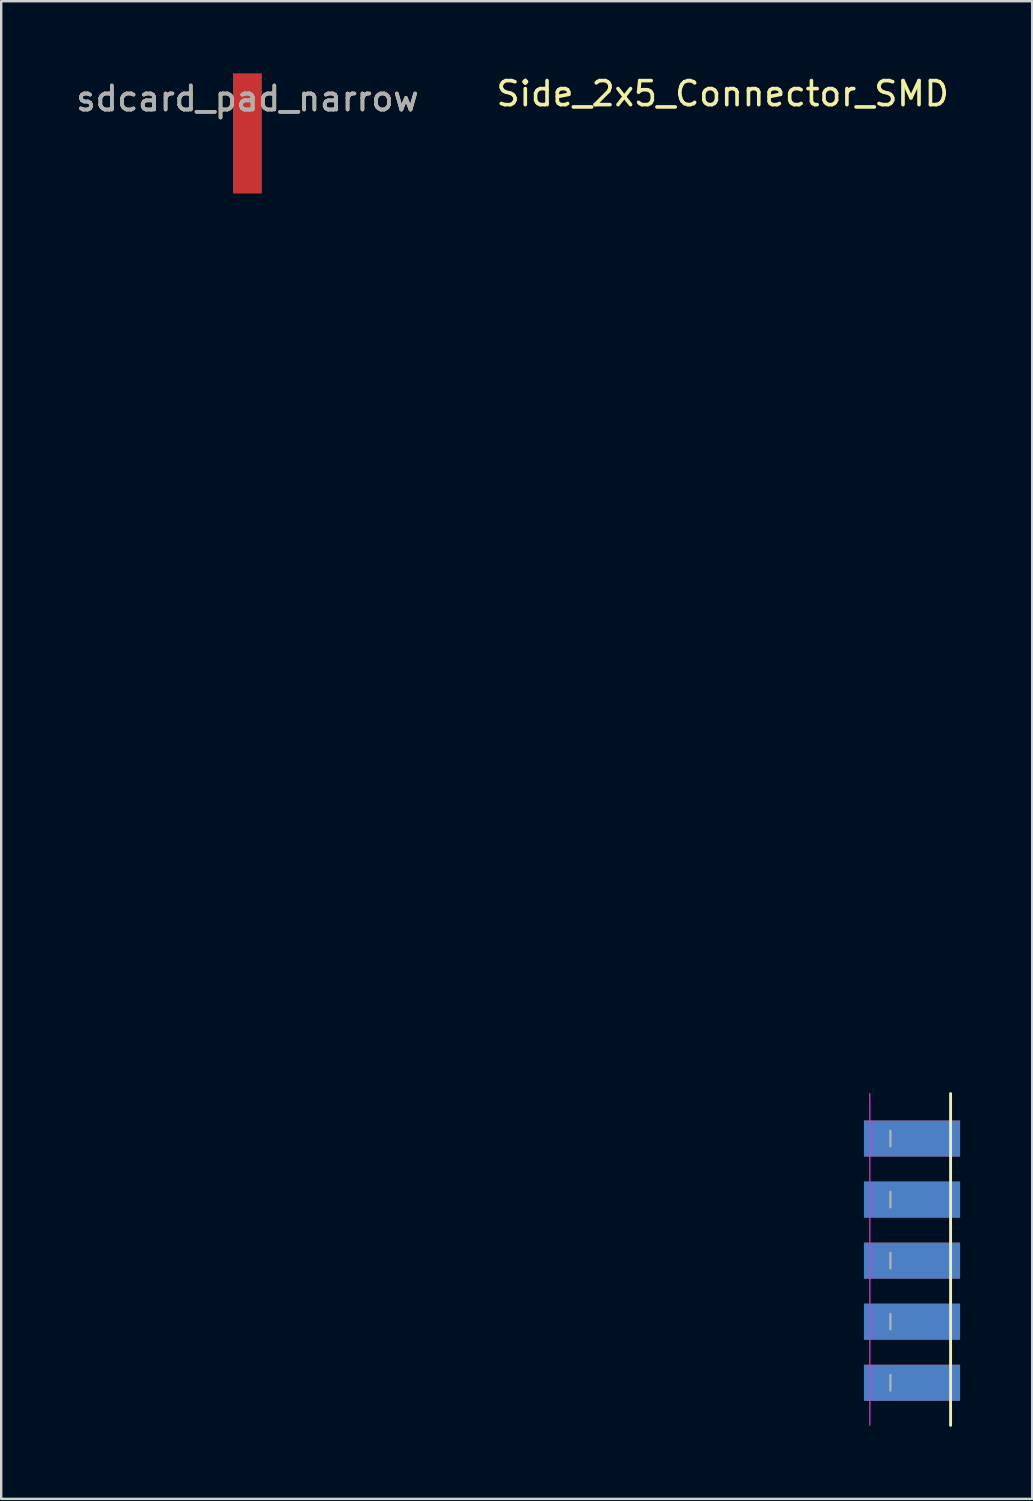
<source format=kicad_pcb>
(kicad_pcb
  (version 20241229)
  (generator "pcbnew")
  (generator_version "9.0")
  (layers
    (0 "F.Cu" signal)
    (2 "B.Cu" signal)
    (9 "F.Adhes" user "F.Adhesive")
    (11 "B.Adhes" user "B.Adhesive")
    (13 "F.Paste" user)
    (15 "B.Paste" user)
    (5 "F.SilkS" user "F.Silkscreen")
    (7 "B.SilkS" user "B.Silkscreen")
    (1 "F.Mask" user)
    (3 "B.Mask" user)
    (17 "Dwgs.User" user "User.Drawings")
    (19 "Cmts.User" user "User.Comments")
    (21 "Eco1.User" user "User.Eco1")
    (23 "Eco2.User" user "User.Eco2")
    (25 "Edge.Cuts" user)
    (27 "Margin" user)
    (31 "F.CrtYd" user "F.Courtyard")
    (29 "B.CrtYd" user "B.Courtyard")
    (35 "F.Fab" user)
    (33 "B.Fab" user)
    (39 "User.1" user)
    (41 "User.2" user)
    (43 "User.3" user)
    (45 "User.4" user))
  (footprint "Side_2x5_Connector_SMD"
    (layer "F.Cu")
    (at 34.818 49.348)
    (property "Reference" "Side_2x5_Connector_SMD" (at -7.8 -48.5 0) (layer "F.SilkS") (effects (font (size 1 1) (thickness 0.15))))
    (attr smd)
    (fp_line (start 1.68 6.9) (end 1.68 -6.9) (stroke (width 0.12) (type solid)) (layer "F.SilkS"))
    (fp_line (start -1.68 6.9) (end -1.68 -6.9) (stroke (width 0.05) (type solid)) (layer "F.CrtYd"))
    (fp_line (start -0.825 -5.35) (end -0.825 -4.71) (stroke (width 0.1) (type solid)) (layer "F.Fab"))
    (fp_line (start -0.825 -2.81) (end -0.825 -2.17) (stroke (width 0.1) (type solid)) (layer "F.Fab"))
    (fp_line (start -0.825 -0.27) (end -0.825 0.37) (stroke (width 0.1) (type solid)) (layer "F.Fab"))
    (fp_line (start -0.825 2.27) (end -0.825 2.91) (stroke (width 0.1) (type solid)) (layer "F.Fab"))
    (fp_line (start -0.825 4.81) (end -0.825 5.45) (stroke (width 0.1) (type solid)) (layer "F.Fab"))
    (pad "1" smd rect (at 0.075 5.13) (size 4 1.5) (layers "F.Cu" "F.Mask" "F.Paste"))
    (pad "2" smd rect (at 0.075 5.13) (size 4 1.5) (layers "B.Cu" "B.Mask" "B.Paste"))
    (pad "3" smd rect (at 0.075 2.59) (size 4 1.5) (layers "F.Cu" "F.Mask" "F.Paste"))
    (pad "4" smd rect (at 0.075 2.59) (size 4 1.5) (layers "B.Cu" "B.Mask" "B.Paste"))
    (pad "5" smd rect (at 0.075 0.05) (size 4 1.5) (layers "F.Cu" "F.Mask" "F.Paste"))
    (pad "6" smd rect (at 0.075 0.05) (size 4 1.5) (layers "B.Cu" "B.Mask" "B.Paste"))
    (pad "7" smd rect (at 0.075 -2.49) (size 4 1.5) (layers "F.Cu" "F.Mask" "F.Paste"))
    (pad "8" smd rect (at 0.075 -2.49) (size 4 1.5) (layers "B.Cu" "B.Mask" "B.Paste"))
    (pad "9" smd rect (at 0.075 -5.03) (size 4 1.5) (layers "F.Cu" "F.Mask" "F.Paste"))
    (pad "10" smd rect (at 0.075 -5.03) (size 4 1.5) (layers "B.Cu" "B.Mask" "B.Paste")))
  (footprint "sdcard_pad_narrow"
    (layer "F.Cu")
    (at 7.244 2.5)
    (property "Reference" "sdcard_pad_narrow" (at 0 -1.448 0) (layer "F.SilkS") (effects (font (size 1 1) (thickness 0.15))))
    (attr exclude_from_pos_files exclude_from_bom)
    (fp_text user "${REFERENCE}" (at 0 -1.45 0) (layer "F.Fab") (effects (font (size 1 1) (thickness 0.15))))
    (pad "1" smd rect (at 0 0) (size 1.2 5) (layers "F.Cu" "F.Mask")))
  (gr_rect
    (start -3 -3)
    (end 39.893 59.308)
    (stroke (width 0.1) (type default))
    (fill no)
    (layer "Edge.Cuts")))
</source>
